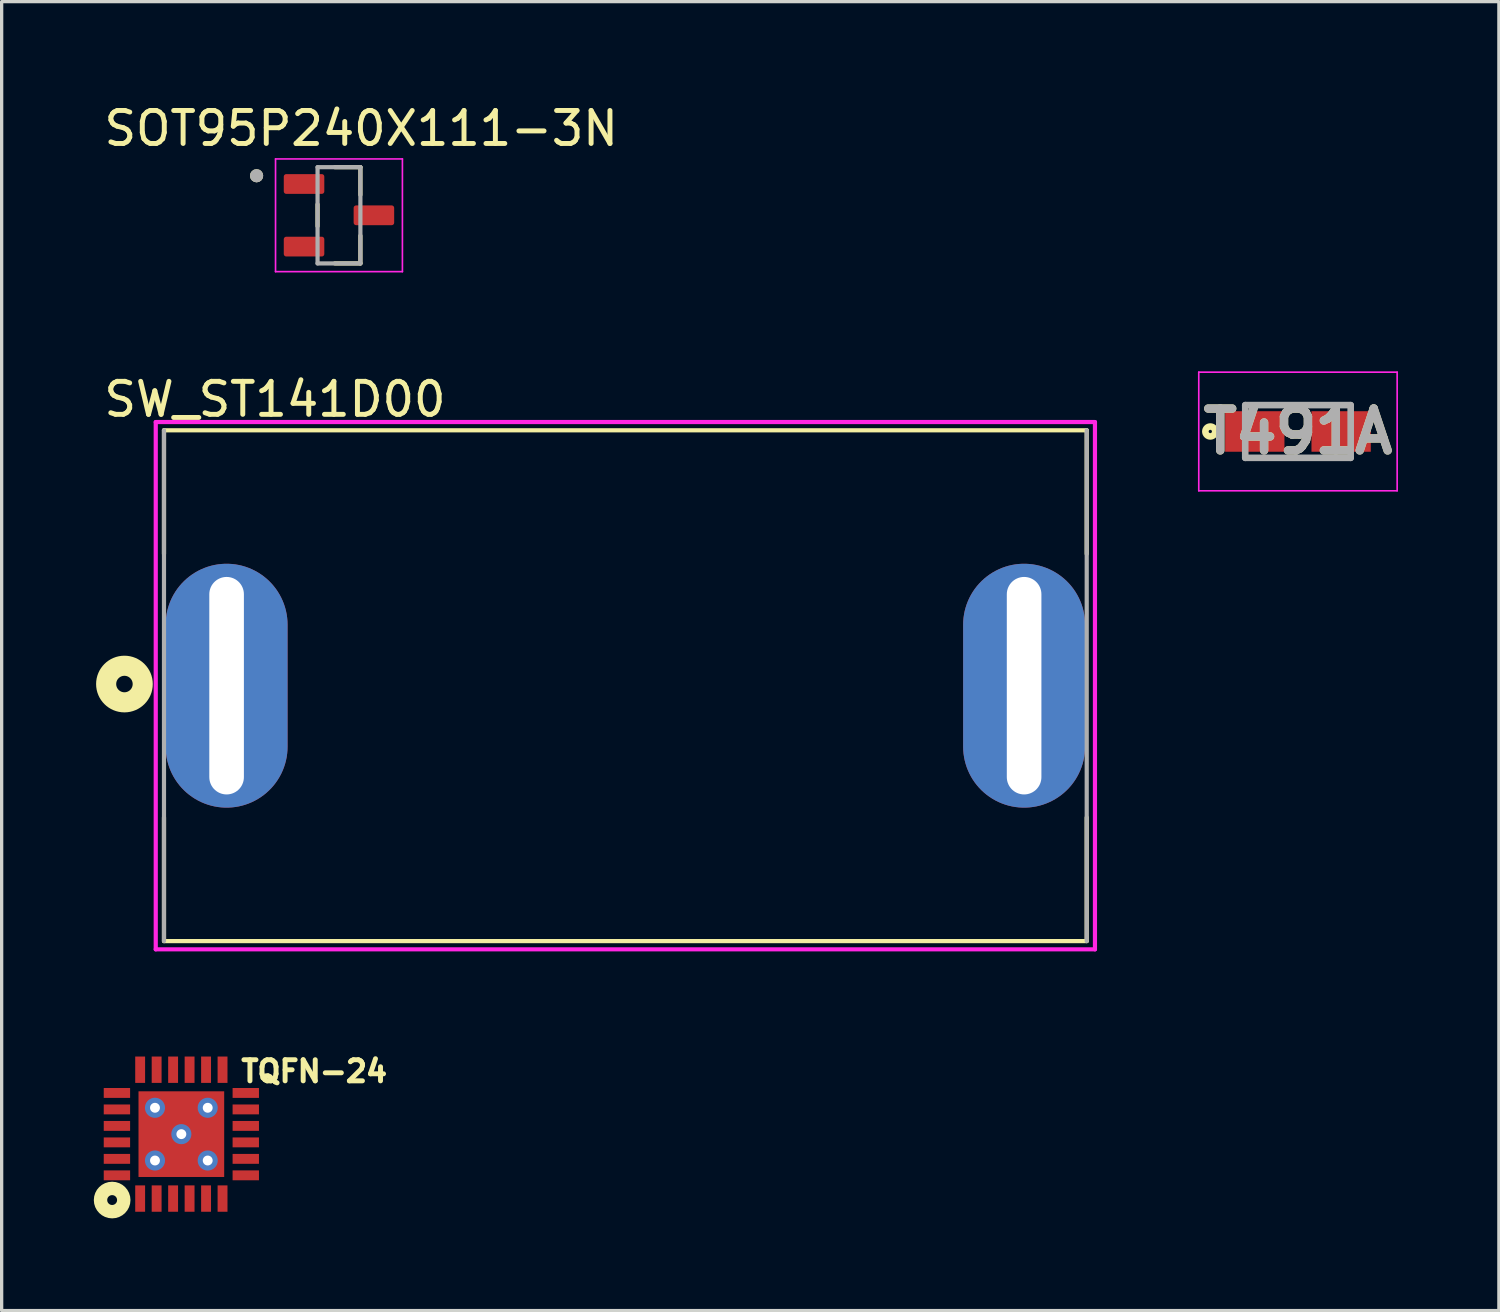
<source format=kicad_pcb>
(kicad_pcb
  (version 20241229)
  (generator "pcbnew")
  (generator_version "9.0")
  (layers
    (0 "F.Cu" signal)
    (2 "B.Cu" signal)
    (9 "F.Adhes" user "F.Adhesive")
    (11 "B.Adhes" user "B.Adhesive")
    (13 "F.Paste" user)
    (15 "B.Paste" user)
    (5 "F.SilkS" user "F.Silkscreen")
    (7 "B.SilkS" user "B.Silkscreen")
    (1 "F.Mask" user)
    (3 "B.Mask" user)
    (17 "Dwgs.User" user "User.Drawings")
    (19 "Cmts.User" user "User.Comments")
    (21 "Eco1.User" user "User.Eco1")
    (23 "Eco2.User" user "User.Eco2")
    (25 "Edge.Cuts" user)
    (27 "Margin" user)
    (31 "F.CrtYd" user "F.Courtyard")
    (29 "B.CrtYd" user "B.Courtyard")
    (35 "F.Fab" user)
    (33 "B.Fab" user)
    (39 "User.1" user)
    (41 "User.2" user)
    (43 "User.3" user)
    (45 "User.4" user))
  (footprint "SW_ST141D00"
    (layer "F.Cu")
    (at 15.926 17.757)
    (property "Reference" "SW_ST141D00" (at -10.632 -8.69 0) (layer "F.SilkS") (effects (font (size 1.001 1.001) (thickness 0.15))))
    (attr through_hole)
    (fp_line (start -14 -7.75) (end 14 -7.75) (stroke (width 0.127) (type solid)) (layer "F.SilkS"))
    (fp_line (start -14 -4) (end -14 -7.75) (stroke (width 0.127) (type solid)) (layer "F.SilkS"))
    (fp_line (start -14 7.75) (end -14 4) (stroke (width 0.127) (type solid)) (layer "F.SilkS"))
    (fp_line (start 14 -4) (end 14 -7.75) (stroke (width 0.127) (type solid)) (layer "F.SilkS"))
    (fp_line (start 14 7.75) (end -14 7.75) (stroke (width 0.127) (type solid)) (layer "F.SilkS"))
    (fp_line (start 14 7.75) (end 14 4) (stroke (width 0.127) (type solid)) (layer "F.SilkS"))
    (fp_circle (center -15.2 -0.05) (end -14.95 -0.05) (stroke (width 0.61) (type solid)) (fill no) (layer "F.SilkS"))
    (fp_line (start -14.25 -8) (end 14.25 -8) (stroke (width 0.127) (type solid)) (layer "F.CrtYd"))
    (fp_line (start -14.25 8) (end -14.25 -8) (stroke (width 0.127) (type solid)) (layer "F.CrtYd"))
    (fp_line (start 14.25 -8) (end 14.25 8) (stroke (width 0.127) (type solid)) (layer "F.CrtYd"))
    (fp_line (start 14.25 8) (end -14.25 8) (stroke (width 0.127) (type solid)) (layer "F.CrtYd"))
    (fp_line (start -14 7.75) (end -14 -7.75) (stroke (width 0.127) (type solid)) (layer "F.Fab"))
    (fp_line (start 14 -7.75) (end 14 7.75) (stroke (width 0.127) (type solid)) (layer "F.Fab"))
    (pad "1" thru_hole oval (at -12.1 0) (size 3.7 7.4) (drill oval 1.05 6.6) (layers "*.Cu" "*.Mask"))
    (pad "3" thru_hole oval (at 12.1 0) (size 3.7 7.4) (drill oval 1.05 6.6) (layers "*.Cu" "*.Mask")))
  (footprint "T491A"
    (layer "F.Cu")
    (at 36.336 10.043)
    (property "Reference" "T491A" (at 0 0 0) (layer "F.SilkS") (effects (font (size 1.27 1.27) (thickness 0.254))))
    (attr smd)
    (fp_circle (center -2.66 0) (end -2.66 0.05) (stroke (width 0.2) (type solid)) (fill no) (layer "F.SilkS"))
    (fp_line (start -3.01 -1.8) (end 3.01 -1.8) (stroke (width 0.05) (type solid)) (layer "F.CrtYd"))
    (fp_line (start -3.01 1.8) (end -3.01 -1.8) (stroke (width 0.05) (type solid)) (layer "F.CrtYd"))
    (fp_line (start 3.01 -1.8) (end 3.01 1.8) (stroke (width 0.05) (type solid)) (layer "F.CrtYd"))
    (fp_line (start 3.01 1.8) (end -3.01 1.8) (stroke (width 0.05) (type solid)) (layer "F.CrtYd"))
    (fp_line (start -1.6 -0.8) (end 1.6 -0.8) (stroke (width 0.2) (type solid)) (layer "F.Fab"))
    (fp_line (start -1.6 0.8) (end -1.6 -0.8) (stroke (width 0.2) (type solid)) (layer "F.Fab"))
    (fp_line (start 1.6 -0.8) (end 1.6 0.8) (stroke (width 0.2) (type solid)) (layer "F.Fab"))
    (fp_line (start 1.6 0.8) (end -1.6 0.8) (stroke (width 0.2) (type solid)) (layer "F.Fab"))
    (fp_text user "${REFERENCE}" (at 0 0 0) (layer "F.Fab") (effects (font (size 1.27 1.27) (thickness 0.254))))
    (pad "1" smd rect (at -1.31 0 90) (size 1.23 1.8) (layers "F.Cu" "F.Mask" "F.Paste"))
    (pad "2" smd rect (at 1.31 0 90) (size 1.23 1.8) (layers "F.Cu" "F.Mask" "F.Paste")))
  (footprint "SOT95P240X111-3N"
    (layer "F.Cu")
    (at 7.236 3.483)
    (property "Reference" "SOT95P240X111-3N" (at 0.675 -2.635 0) (layer "F.SilkS") (effects (font (size 1 1) (thickness 0.15))))
    (attr smd)
    (fp_line (start -0.65 -0.33) (end -0.65 0.33) (stroke (width 0.127) (type solid)) (layer "F.SilkS"))
    (fp_line (start 0.65 -1.46) (end -0.125 -1.46) (stroke (width 0.127) (type solid)) (layer "F.SilkS"))
    (fp_line (start 0.65 -0.62) (end 0.65 -1.46) (stroke (width 0.127) (type solid)) (layer "F.SilkS"))
    (fp_line (start 0.65 0.62) (end 0.65 1.46) (stroke (width 0.127) (type solid)) (layer "F.SilkS"))
    (fp_line (start 0.65 1.46) (end -0.125 1.46) (stroke (width 0.127) (type solid)) (layer "F.SilkS"))
    (fp_circle (center -2.5 -1.2) (end -2.4 -1.2) (stroke (width 0.2) (type solid)) (fill no) (layer "F.SilkS"))
    (fp_line (start -1.925 -1.71) (end 1.925 -1.71) (stroke (width 0.05) (type solid)) (layer "F.CrtYd"))
    (fp_line (start -1.925 1.71) (end -1.925 -1.71) (stroke (width 0.05) (type solid)) (layer "F.CrtYd"))
    (fp_line (start 1.925 -1.71) (end 1.925 1.71) (stroke (width 0.05) (type solid)) (layer "F.CrtYd"))
    (fp_line (start 1.925 1.71) (end -1.925 1.71) (stroke (width 0.05) (type solid)) (layer "F.CrtYd"))
    (fp_line (start -0.65 -1.46) (end -0.65 1.46) (stroke (width 0.127) (type solid)) (layer "F.Fab"))
    (fp_line (start -0.65 1.46) (end 0.65 1.46) (stroke (width 0.127) (type solid)) (layer "F.Fab"))
    (fp_line (start 0.65 -1.46) (end -0.65 -1.46) (stroke (width 0.127) (type solid)) (layer "F.Fab"))
    (fp_line (start 0.65 1.46) (end 0.65 -1.46) (stroke (width 0.127) (type solid)) (layer "F.Fab"))
    (fp_circle (center -2.5 -1.2) (end -2.4 -1.2) (stroke (width 0.2) (type solid)) (fill no) (layer "F.Fab"))
    (pad "1" smd roundrect (at -1.06 -0.95) (size 1.23 0.6) (layers "F.Cu" "F.Mask" "F.Paste") (roundrect_rratio 0.125))
    (pad "2" smd roundrect (at -1.06 0.95) (size 1.23 0.6) (layers "F.Cu" "F.Mask" "F.Paste") (roundrect_rratio 0.125))
    (pad "3" smd roundrect (at 1.06 0) (size 1.23 0.6) (layers "F.Cu" "F.Mask" "F.Paste") (roundrect_rratio 0.125)))
  (footprint "TQFN-24"
    (layer "F.Cu")
    (at 2.453 31.365)
    (property "Reference" "TQFN-24" (at 4.032 -1.906 0) (layer "F.SilkS") (effects (font (size 0.64 0.64) (thickness 0.15))))
    (attr smd)
    (fp_poly (pts (xy -2.38 -1.43) (xy -1.53 -1.43) (xy -1.53 -1.07) (xy -2.38 -1.07)) (stroke (width 0.01) (type solid)) (fill yes) (layer "F.Mask"))
    (fp_poly (pts (xy -2.38 -0.93) (xy -1.53 -0.93) (xy -1.53 -0.57) (xy -2.38 -0.57)) (stroke (width 0.01) (type solid)) (fill yes) (layer "F.Mask"))
    (fp_poly (pts (xy -2.38 -0.43) (xy -1.53 -0.43) (xy -1.53 -0.07) (xy -2.38 -0.07)) (stroke (width 0.01) (type solid)) (fill yes) (layer "F.Mask"))
    (fp_poly (pts (xy -2.38 0.07) (xy -1.53 0.07) (xy -1.53 0.43) (xy -2.38 0.43)) (stroke (width 0.01) (type solid)) (fill yes) (layer "F.Mask"))
    (fp_poly (pts (xy -2.38 0.57) (xy -1.53 0.57) (xy -1.53 0.93) (xy -2.38 0.93)) (stroke (width 0.01) (type solid)) (fill yes) (layer "F.Mask"))
    (fp_poly (pts (xy -2.38 1.07) (xy -1.53 1.07) (xy -1.53 1.43) (xy -2.38 1.43)) (stroke (width 0.01) (type solid)) (fill yes) (layer "F.Mask"))
    (fp_poly (pts (xy -1.675 -2.135) (xy -0.825 -2.135) (xy -0.825 -1.775) (xy -1.675 -1.775)) (stroke (width 0.01) (type solid)) (fill yes) (layer "F.Mask"))
    (fp_poly (pts (xy -1.675 1.775) (xy -0.825 1.775) (xy -0.825 2.135) (xy -1.675 2.135)) (stroke (width 0.01) (type solid)) (fill yes) (layer "F.Mask"))
    (fp_poly (pts (xy -1.34 -1.34) (xy 1.34 -1.34) (xy 1.34 1.34) (xy -1.34 1.34)) (stroke (width 0.01) (type solid)) (fill yes) (layer "F.Mask"))
    (fp_poly (pts (xy -1.175 -2.135) (xy -0.325 -2.135) (xy -0.325 -1.775) (xy -1.175 -1.775)) (stroke (width 0.01) (type solid)) (fill yes) (layer "F.Mask"))
    (fp_poly (pts (xy -1.175 1.775) (xy -0.325 1.775) (xy -0.325 2.135) (xy -1.175 2.135)) (stroke (width 0.01) (type solid)) (fill yes) (layer "F.Mask"))
    (fp_poly (pts (xy -0.675 -2.135) (xy 0.175 -2.135) (xy 0.175 -1.775) (xy -0.675 -1.775)) (stroke (width 0.01) (type solid)) (fill yes) (layer "F.Mask"))
    (fp_poly (pts (xy -0.675 1.775) (xy 0.175 1.775) (xy 0.175 2.135) (xy -0.675 2.135)) (stroke (width 0.01) (type solid)) (fill yes) (layer "F.Mask"))
    (fp_poly (pts (xy -0.175 -2.135) (xy 0.675 -2.135) (xy 0.675 -1.775) (xy -0.175 -1.775)) (stroke (width 0.01) (type solid)) (fill yes) (layer "F.Mask"))
    (fp_poly (pts (xy -0.175 1.775) (xy 0.675 1.775) (xy 0.675 2.135) (xy -0.175 2.135)) (stroke (width 0.01) (type solid)) (fill yes) (layer "F.Mask"))
    (fp_poly (pts (xy 0.325 -2.135) (xy 1.175 -2.135) (xy 1.175 -1.775) (xy 0.325 -1.775)) (stroke (width 0.01) (type solid)) (fill yes) (layer "F.Mask"))
    (fp_poly (pts (xy 0.325 1.775) (xy 1.175 1.775) (xy 1.175 2.135) (xy 0.325 2.135)) (stroke (width 0.01) (type solid)) (fill yes) (layer "F.Mask"))
    (fp_poly (pts (xy 0.825 -2.135) (xy 1.675 -2.135) (xy 1.675 -1.775) (xy 0.825 -1.775)) (stroke (width 0.01) (type solid)) (fill yes) (layer "F.Mask"))
    (fp_poly (pts (xy 0.825 1.775) (xy 1.675 1.775) (xy 1.675 2.135) (xy 0.825 2.135)) (stroke (width 0.01) (type solid)) (fill yes) (layer "F.Mask"))
    (fp_poly (pts (xy 1.53 -1.43) (xy 2.38 -1.43) (xy 2.38 -1.07) (xy 1.53 -1.07)) (stroke (width 0.01) (type solid)) (fill yes) (layer "F.Mask"))
    (fp_poly (pts (xy 1.53 -0.93) (xy 2.38 -0.93) (xy 2.38 -0.57) (xy 1.53 -0.57)) (stroke (width 0.01) (type solid)) (fill yes) (layer "F.Mask"))
    (fp_poly (pts (xy 1.53 -0.43) (xy 2.38 -0.43) (xy 2.38 -0.07) (xy 1.53 -0.07)) (stroke (width 0.01) (type solid)) (fill yes) (layer "F.Mask"))
    (fp_poly (pts (xy 1.53 0.07) (xy 2.38 0.07) (xy 2.38 0.43) (xy 1.53 0.43)) (stroke (width 0.01) (type solid)) (fill yes) (layer "F.Mask"))
    (fp_poly (pts (xy 1.53 0.57) (xy 2.38 0.57) (xy 2.38 0.93) (xy 1.53 0.93)) (stroke (width 0.01) (type solid)) (fill yes) (layer "F.Mask"))
    (fp_poly (pts (xy 1.53 1.07) (xy 2.38 1.07) (xy 2.38 1.43) (xy 1.53 1.43)) (stroke (width 0.01) (type solid)) (fill yes) (layer "F.Mask"))
    (fp_circle (center -2.1 2) (end -1.95 2) (stroke (width 0.406) (type solid)) (fill no) (layer "F.SilkS"))
    (pad "1" smd rect (at -1.25 1.955) (size 0.3 0.8) (layers "F.Cu" "F.Paste"))
    (pad "2" smd rect (at -0.75 1.955) (size 0.3 0.8) (layers "F.Cu" "F.Paste"))
    (pad "3" smd rect (at -0.25 1.955) (size 0.3 0.8) (layers "F.Cu" "F.Paste"))
    (pad "4" smd rect (at 0.25 1.955) (size 0.3 0.8) (layers "F.Cu" "F.Paste"))
    (pad "5" smd rect (at 0.75 1.955) (size 0.3 0.8) (layers "F.Cu" "F.Paste"))
    (pad "6" smd rect (at 1.25 1.955) (size 0.3 0.8) (layers "F.Cu" "F.Paste"))
    (pad "7" smd rect (at 1.955 1.25) (size 0.8 0.3) (layers "F.Cu" "F.Paste"))
    (pad "8" smd rect (at 1.955 0.75) (size 0.8 0.3) (layers "F.Cu" "F.Paste"))
    (pad "9" smd rect (at 1.955 0.25) (size 0.8 0.3) (layers "F.Cu" "F.Paste"))
    (pad "10" smd rect (at 1.955 -0.25) (size 0.8 0.3) (layers "F.Cu" "F.Paste"))
    (pad "11" smd rect (at 1.955 -0.75) (size 0.8 0.3) (layers "F.Cu" "F.Paste"))
    (pad "12" smd rect (at 1.955 -1.25) (size 0.8 0.3) (layers "F.Cu" "F.Paste"))
    (pad "13" smd rect (at 1.25 -1.955) (size 0.3 0.8) (layers "F.Cu" "F.Paste"))
    (pad "14" smd rect (at 0.75 -1.955) (size 0.3 0.8) (layers "F.Cu" "F.Paste"))
    (pad "15" smd rect (at 0.25 -1.955) (size 0.3 0.8) (layers "F.Cu" "F.Paste"))
    (pad "16" smd rect (at -0.25 -1.955) (size 0.3 0.8) (layers "F.Cu" "F.Paste"))
    (pad "17" smd rect (at -0.75 -1.955) (size 0.3 0.8) (layers "F.Cu" "F.Paste"))
    (pad "18" smd rect (at -1.25 -1.955) (size 0.3 0.8) (layers "F.Cu" "F.Paste"))
    (pad "19" smd rect (at -1.955 -1.25) (size 0.8 0.3) (layers "F.Cu" "F.Paste"))
    (pad "20" smd rect (at -1.955 -0.75) (size 0.8 0.3) (layers "F.Cu" "F.Paste"))
    (pad "21" smd rect (at -1.955 -0.25) (size 0.8 0.3) (layers "F.Cu" "F.Paste"))
    (pad "22" smd rect (at -1.955 0.25) (size 0.8 0.3) (layers "F.Cu" "F.Paste"))
    (pad "23" smd rect (at -1.955 0.75) (size 0.8 0.3) (layers "F.Cu" "F.Paste"))
    (pad "24" smd rect (at -1.955 1.25) (size 0.8 0.3) (layers "F.Cu" "F.Paste"))
    (pad "EP" smd rect (at 0 0) (size 2.6 2.6) (layers "F.Cu" "F.Paste"))
    (pad "P$1" thru_hole circle (at -0.8 -0.8) (size 0.61 0.61) (drill 0.3) (layers "*.Cu" "*.Mask"))
    (pad "P$2" thru_hole circle (at 0.8 -0.8) (size 0.61 0.61) (drill 0.3) (layers "*.Cu" "*.Mask"))
    (pad "P$3" thru_hole circle (at -0.8 0.8) (size 0.61 0.61) (drill 0.3) (layers "*.Cu" "*.Mask"))
    (pad "P$4" thru_hole circle (at 0.8 0.8) (size 0.61 0.61) (drill 0.3) (layers "*.Cu" "*.Mask"))
    (pad "P$5" thru_hole circle (at 0 0) (size 0.61 0.61) (drill 0.3) (layers "*.Cu" "*.Mask")))
  (gr_rect
    (start -3 -3)
    (end 42.433 36.72)
    (stroke (width 0.1) (type default))
    (fill no)
    (layer "Edge.Cuts")))
</source>
